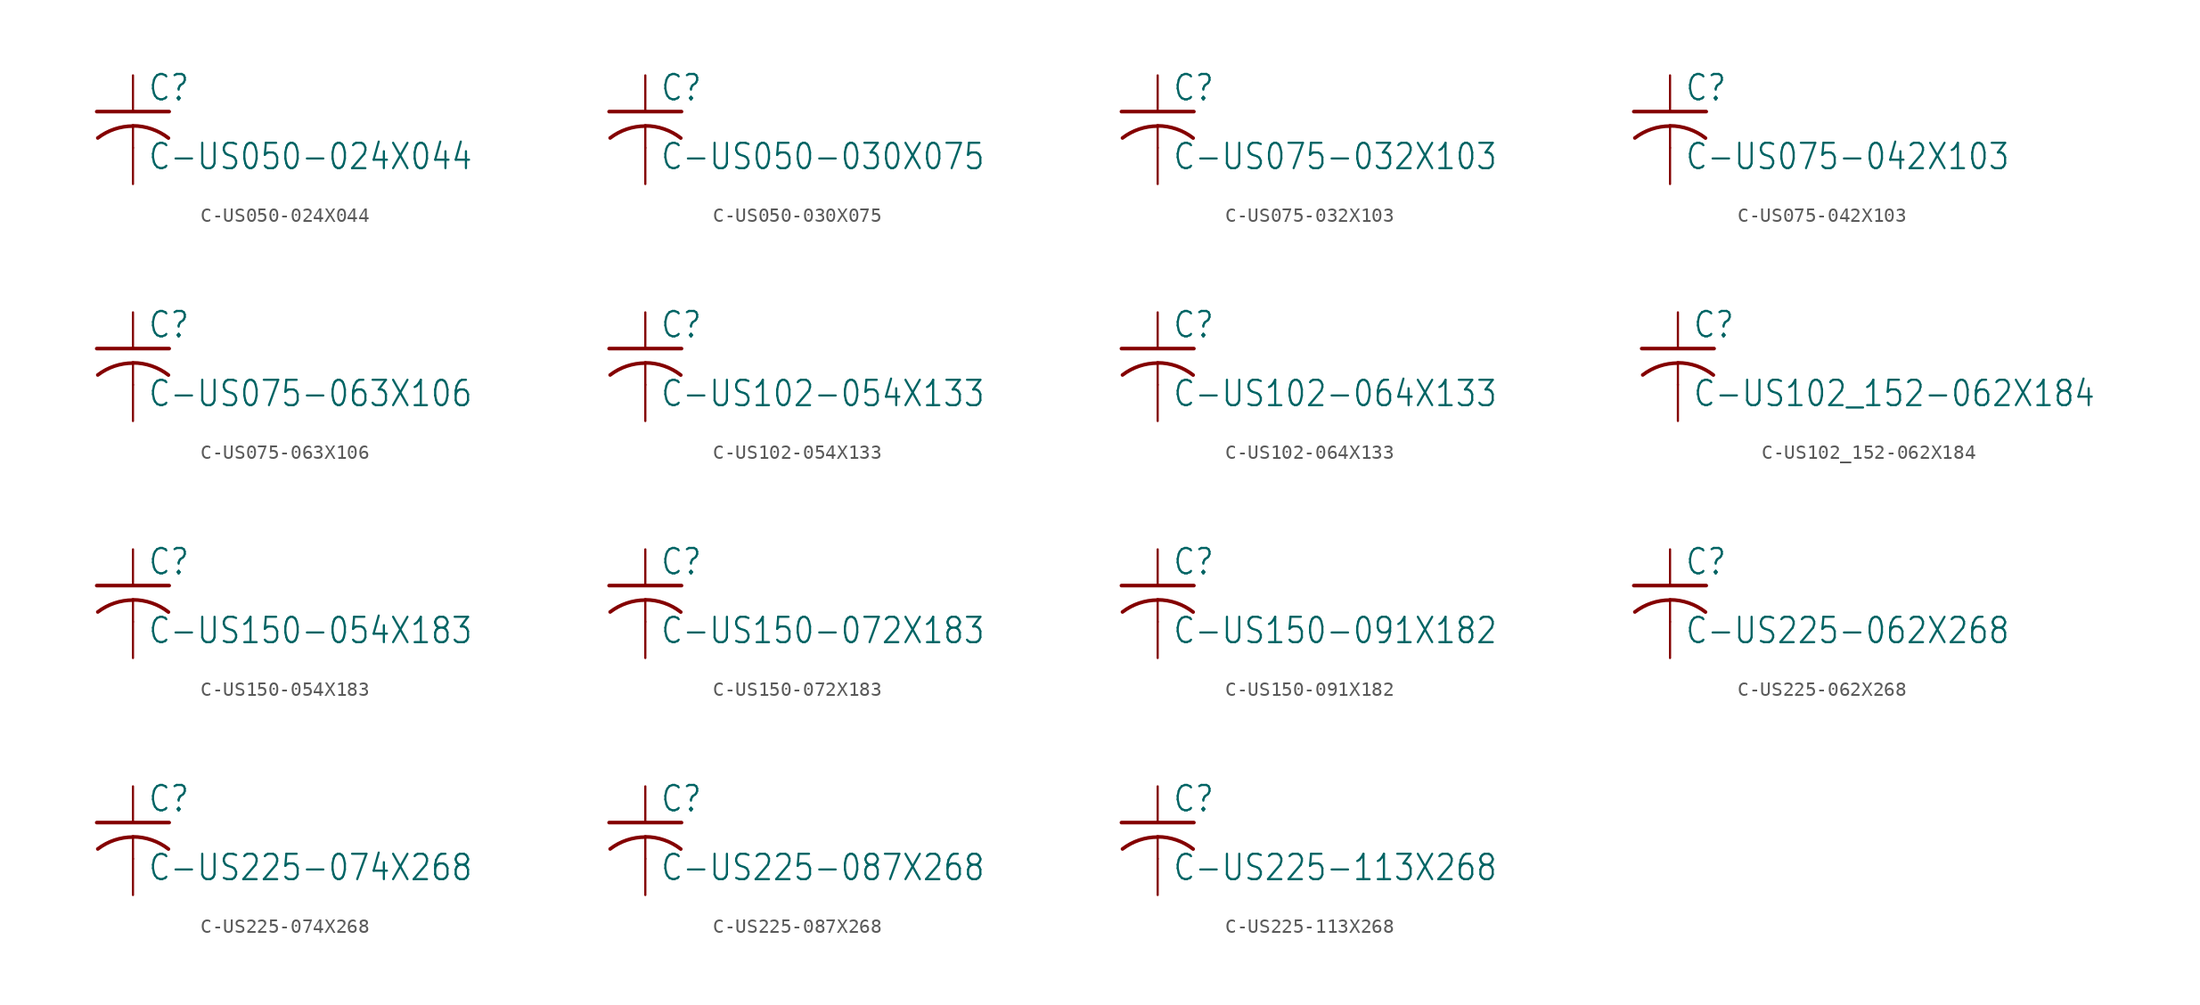
<source format=kicad_sym>
(kicad_symbol_lib
  (version 20211014)
  (generator kicad_symbol_editor)
  (symbol "C-US050-024X044"
    (property "Reference" "C"
      (at 1.016 0.635 0)
      (effects (font (size 1.778 1.511)) (justify left bottom)))
    (property "Value" "C-US050-024X044"
      (at 1.016 -4.191 0)
      (effects (font (size 1.778 1.511)) (justify left bottom)))
    (property "ki_locked" ""
      (at 0 0 0)
      (effects (font (size 1.27 1.27))))
    (symbol "C-US050-024X044_1_0"
      (arc (start 0 -1.0161) (mid -1.302 -1.2303) (end -2.4668 -1.8504) (stroke (width 0.254) (type default) (color 0 0 0 0)) (fill (type none)))
      (polyline (pts (xy -2.54 0) (xy 2.54 0)) (stroke (width 0.254) (type default) (color 0 0 0 0)) (fill (type none)))
      (polyline (pts (xy 0 -1.016) (xy 0 -2.54)) (stroke (width 0.152) (type default) (color 0 0 0 0)) (fill (type none)))
      (arc (start 2.4892 -1.8542) (mid 1.3158 -1.2195) (end 0 -1) (stroke (width 0.254) (type default) (color 0 0 0 0)) (fill (type none)))
      (pin passive line (at 0 2.54 270) (length 2.54) (name "1" (effects (font (size 0 0)))) (number "1" (effects (font (size 0 0)))))
      (pin passive line (at 0 -5.08 90) (length 2.54) (name "2" (effects (font (size 0 0)))) (number "2" (effects (font (size 0 0)))))))
  (symbol "C-US050-030X075"
    (property "Reference" "C"
      (at 1.016 0.635 0)
      (effects (font (size 1.778 1.511)) (justify left bottom)))
    (property "Value" "C-US050-030X075"
      (at 1.016 -4.191 0)
      (effects (font (size 1.778 1.511)) (justify left bottom)))
    (property "ki_locked" ""
      (at 0 0 0)
      (effects (font (size 1.27 1.27))))
    (symbol "C-US050-030X075_1_0"
      (arc (start 0 -1.0161) (mid -1.302 -1.2303) (end -2.4668 -1.8504) (stroke (width 0.254) (type default) (color 0 0 0 0)) (fill (type none)))
      (polyline (pts (xy -2.54 0) (xy 2.54 0)) (stroke (width 0.254) (type default) (color 0 0 0 0)) (fill (type none)))
      (polyline (pts (xy 0 -1.016) (xy 0 -2.54)) (stroke (width 0.152) (type default) (color 0 0 0 0)) (fill (type none)))
      (arc (start 2.4892 -1.8542) (mid 1.3158 -1.2195) (end 0 -1) (stroke (width 0.254) (type default) (color 0 0 0 0)) (fill (type none)))
      (pin passive line (at 0 2.54 270) (length 2.54) (name "1" (effects (font (size 0 0)))) (number "1" (effects (font (size 0 0)))))
      (pin passive line (at 0 -5.08 90) (length 2.54) (name "2" (effects (font (size 0 0)))) (number "2" (effects (font (size 0 0)))))))
  (symbol "C-US075-032X103"
    (property "Reference" "C"
      (at 1.016 0.635 0)
      (effects (font (size 1.778 1.511)) (justify left bottom)))
    (property "Value" "C-US075-032X103"
      (at 1.016 -4.191 0)
      (effects (font (size 1.778 1.511)) (justify left bottom)))
    (property "ki_locked" ""
      (at 0 0 0)
      (effects (font (size 1.27 1.27))))
    (symbol "C-US075-032X103_1_0"
      (arc (start 0 -1.0161) (mid -1.302 -1.2303) (end -2.4668 -1.8504) (stroke (width 0.254) (type default) (color 0 0 0 0)) (fill (type none)))
      (polyline (pts (xy -2.54 0) (xy 2.54 0)) (stroke (width 0.254) (type default) (color 0 0 0 0)) (fill (type none)))
      (polyline (pts (xy 0 -1.016) (xy 0 -2.54)) (stroke (width 0.152) (type default) (color 0 0 0 0)) (fill (type none)))
      (arc (start 2.4892 -1.8542) (mid 1.3158 -1.2195) (end 0 -1) (stroke (width 0.254) (type default) (color 0 0 0 0)) (fill (type none)))
      (pin passive line (at 0 2.54 270) (length 2.54) (name "1" (effects (font (size 0 0)))) (number "1" (effects (font (size 0 0)))))
      (pin passive line (at 0 -5.08 90) (length 2.54) (name "2" (effects (font (size 0 0)))) (number "2" (effects (font (size 0 0)))))))
  (symbol "C-US075-042X103"
    (property "Reference" "C"
      (at 1.016 0.635 0)
      (effects (font (size 1.778 1.511)) (justify left bottom)))
    (property "Value" "C-US075-042X103"
      (at 1.016 -4.191 0)
      (effects (font (size 1.778 1.511)) (justify left bottom)))
    (property "ki_locked" ""
      (at 0 0 0)
      (effects (font (size 1.27 1.27))))
    (symbol "C-US075-042X103_1_0"
      (arc (start 0 -1.0161) (mid -1.302 -1.2303) (end -2.4668 -1.8504) (stroke (width 0.254) (type default) (color 0 0 0 0)) (fill (type none)))
      (polyline (pts (xy -2.54 0) (xy 2.54 0)) (stroke (width 0.254) (type default) (color 0 0 0 0)) (fill (type none)))
      (polyline (pts (xy 0 -1.016) (xy 0 -2.54)) (stroke (width 0.152) (type default) (color 0 0 0 0)) (fill (type none)))
      (arc (start 2.4892 -1.8542) (mid 1.3158 -1.2195) (end 0 -1) (stroke (width 0.254) (type default) (color 0 0 0 0)) (fill (type none)))
      (pin passive line (at 0 2.54 270) (length 2.54) (name "1" (effects (font (size 0 0)))) (number "1" (effects (font (size 0 0)))))
      (pin passive line (at 0 -5.08 90) (length 2.54) (name "2" (effects (font (size 0 0)))) (number "2" (effects (font (size 0 0)))))))
  (symbol "C-US075-063X106"
    (property "Reference" "C"
      (at 1.016 0.635 0)
      (effects (font (size 1.778 1.511)) (justify left bottom)))
    (property "Value" "C-US075-063X106"
      (at 1.016 -4.191 0)
      (effects (font (size 1.778 1.511)) (justify left bottom)))
    (property "ki_locked" ""
      (at 0 0 0)
      (effects (font (size 1.27 1.27))))
    (symbol "C-US075-063X106_1_0"
      (arc (start 0 -1.0161) (mid -1.302 -1.2303) (end -2.4668 -1.8504) (stroke (width 0.254) (type default) (color 0 0 0 0)) (fill (type none)))
      (polyline (pts (xy -2.54 0) (xy 2.54 0)) (stroke (width 0.254) (type default) (color 0 0 0 0)) (fill (type none)))
      (polyline (pts (xy 0 -1.016) (xy 0 -2.54)) (stroke (width 0.152) (type default) (color 0 0 0 0)) (fill (type none)))
      (arc (start 2.4892 -1.8542) (mid 1.3158 -1.2195) (end 0 -1) (stroke (width 0.254) (type default) (color 0 0 0 0)) (fill (type none)))
      (pin passive line (at 0 2.54 270) (length 2.54) (name "1" (effects (font (size 0 0)))) (number "1" (effects (font (size 0 0)))))
      (pin passive line (at 0 -5.08 90) (length 2.54) (name "2" (effects (font (size 0 0)))) (number "2" (effects (font (size 0 0)))))))
  (symbol "C-US102-054X133"
    (property "Reference" "C"
      (at 1.016 0.635 0)
      (effects (font (size 1.778 1.511)) (justify left bottom)))
    (property "Value" "C-US102-054X133"
      (at 1.016 -4.191 0)
      (effects (font (size 1.778 1.511)) (justify left bottom)))
    (property "ki_locked" ""
      (at 0 0 0)
      (effects (font (size 1.27 1.27))))
    (symbol "C-US102-054X133_1_0"
      (arc (start 0 -1.0161) (mid -1.302 -1.2303) (end -2.4668 -1.8504) (stroke (width 0.254) (type default) (color 0 0 0 0)) (fill (type none)))
      (polyline (pts (xy -2.54 0) (xy 2.54 0)) (stroke (width 0.254) (type default) (color 0 0 0 0)) (fill (type none)))
      (polyline (pts (xy 0 -1.016) (xy 0 -2.54)) (stroke (width 0.152) (type default) (color 0 0 0 0)) (fill (type none)))
      (arc (start 2.4892 -1.8542) (mid 1.3158 -1.2195) (end 0 -1) (stroke (width 0.254) (type default) (color 0 0 0 0)) (fill (type none)))
      (pin passive line (at 0 2.54 270) (length 2.54) (name "1" (effects (font (size 0 0)))) (number "1" (effects (font (size 0 0)))))
      (pin passive line (at 0 -5.08 90) (length 2.54) (name "2" (effects (font (size 0 0)))) (number "2" (effects (font (size 0 0)))))))
  (symbol "C-US102-064X133"
    (property "Reference" "C"
      (at 1.016 0.635 0)
      (effects (font (size 1.778 1.511)) (justify left bottom)))
    (property "Value" "C-US102-064X133"
      (at 1.016 -4.191 0)
      (effects (font (size 1.778 1.511)) (justify left bottom)))
    (property "ki_locked" ""
      (at 0 0 0)
      (effects (font (size 1.27 1.27))))
    (symbol "C-US102-064X133_1_0"
      (arc (start 0 -1.0161) (mid -1.302 -1.2303) (end -2.4668 -1.8504) (stroke (width 0.254) (type default) (color 0 0 0 0)) (fill (type none)))
      (polyline (pts (xy -2.54 0) (xy 2.54 0)) (stroke (width 0.254) (type default) (color 0 0 0 0)) (fill (type none)))
      (polyline (pts (xy 0 -1.016) (xy 0 -2.54)) (stroke (width 0.152) (type default) (color 0 0 0 0)) (fill (type none)))
      (arc (start 2.4892 -1.8542) (mid 1.3158 -1.2195) (end 0 -1) (stroke (width 0.254) (type default) (color 0 0 0 0)) (fill (type none)))
      (pin passive line (at 0 2.54 270) (length 2.54) (name "1" (effects (font (size 0 0)))) (number "1" (effects (font (size 0 0)))))
      (pin passive line (at 0 -5.08 90) (length 2.54) (name "2" (effects (font (size 0 0)))) (number "2" (effects (font (size 0 0)))))))
  (symbol "C-US102_152-062X184"
    (property "Reference" "C"
      (at 1.016 0.635 0)
      (effects (font (size 1.778 1.511)) (justify left bottom)))
    (property "Value" "C-US102_152-062X184"
      (at 1.016 -4.191 0)
      (effects (font (size 1.778 1.511)) (justify left bottom)))
    (property "ki_locked" ""
      (at 0 0 0)
      (effects (font (size 1.27 1.27))))
    (symbol "C-US102_152-062X184_1_0"
      (arc (start 0 -1.0161) (mid -1.302 -1.2303) (end -2.4668 -1.8504) (stroke (width 0.254) (type default) (color 0 0 0 0)) (fill (type none)))
      (polyline (pts (xy -2.54 0) (xy 2.54 0)) (stroke (width 0.254) (type default) (color 0 0 0 0)) (fill (type none)))
      (polyline (pts (xy 0 -1.016) (xy 0 -2.54)) (stroke (width 0.152) (type default) (color 0 0 0 0)) (fill (type none)))
      (arc (start 2.4892 -1.8542) (mid 1.3158 -1.2195) (end 0 -1) (stroke (width 0.254) (type default) (color 0 0 0 0)) (fill (type none)))
      (pin passive line (at 0 2.54 270) (length 2.54) (name "1" (effects (font (size 0 0)))) (number "1" (effects (font (size 0 0)))))
      (pin passive line (at 0 -5.08 90) (length 2.54) (name "2" (effects (font (size 0 0)))) (number "2" (effects (font (size 0 0)))))))
  (symbol "C-US150-054X183"
    (property "Reference" "C"
      (at 1.016 0.635 0)
      (effects (font (size 1.778 1.511)) (justify left bottom)))
    (property "Value" "C-US150-054X183"
      (at 1.016 -4.191 0)
      (effects (font (size 1.778 1.511)) (justify left bottom)))
    (property "ki_locked" ""
      (at 0 0 0)
      (effects (font (size 1.27 1.27))))
    (symbol "C-US150-054X183_1_0"
      (arc (start 0 -1.0161) (mid -1.302 -1.2303) (end -2.4668 -1.8504) (stroke (width 0.254) (type default) (color 0 0 0 0)) (fill (type none)))
      (polyline (pts (xy -2.54 0) (xy 2.54 0)) (stroke (width 0.254) (type default) (color 0 0 0 0)) (fill (type none)))
      (polyline (pts (xy 0 -1.016) (xy 0 -2.54)) (stroke (width 0.152) (type default) (color 0 0 0 0)) (fill (type none)))
      (arc (start 2.4892 -1.8542) (mid 1.3158 -1.2195) (end 0 -1) (stroke (width 0.254) (type default) (color 0 0 0 0)) (fill (type none)))
      (pin passive line (at 0 2.54 270) (length 2.54) (name "1" (effects (font (size 0 0)))) (number "1" (effects (font (size 0 0)))))
      (pin passive line (at 0 -5.08 90) (length 2.54) (name "2" (effects (font (size 0 0)))) (number "2" (effects (font (size 0 0)))))))
  (symbol "C-US150-072X183"
    (property "Reference" "C"
      (at 1.016 0.635 0)
      (effects (font (size 1.778 1.511)) (justify left bottom)))
    (property "Value" "C-US150-072X183"
      (at 1.016 -4.191 0)
      (effects (font (size 1.778 1.511)) (justify left bottom)))
    (property "ki_locked" ""
      (at 0 0 0)
      (effects (font (size 1.27 1.27))))
    (symbol "C-US150-072X183_1_0"
      (arc (start 0 -1.0161) (mid -1.302 -1.2303) (end -2.4668 -1.8504) (stroke (width 0.254) (type default) (color 0 0 0 0)) (fill (type none)))
      (polyline (pts (xy -2.54 0) (xy 2.54 0)) (stroke (width 0.254) (type default) (color 0 0 0 0)) (fill (type none)))
      (polyline (pts (xy 0 -1.016) (xy 0 -2.54)) (stroke (width 0.152) (type default) (color 0 0 0 0)) (fill (type none)))
      (arc (start 2.4892 -1.8542) (mid 1.3158 -1.2195) (end 0 -1) (stroke (width 0.254) (type default) (color 0 0 0 0)) (fill (type none)))
      (pin passive line (at 0 2.54 270) (length 2.54) (name "1" (effects (font (size 0 0)))) (number "1" (effects (font (size 0 0)))))
      (pin passive line (at 0 -5.08 90) (length 2.54) (name "2" (effects (font (size 0 0)))) (number "2" (effects (font (size 0 0)))))))
  (symbol "C-US150-091X182"
    (property "Reference" "C"
      (at 1.016 0.635 0)
      (effects (font (size 1.778 1.511)) (justify left bottom)))
    (property "Value" "C-US150-091X182"
      (at 1.016 -4.191 0)
      (effects (font (size 1.778 1.511)) (justify left bottom)))
    (property "ki_locked" ""
      (at 0 0 0)
      (effects (font (size 1.27 1.27))))
    (symbol "C-US150-091X182_1_0"
      (arc (start 0 -1.0161) (mid -1.302 -1.2303) (end -2.4668 -1.8504) (stroke (width 0.254) (type default) (color 0 0 0 0)) (fill (type none)))
      (polyline (pts (xy -2.54 0) (xy 2.54 0)) (stroke (width 0.254) (type default) (color 0 0 0 0)) (fill (type none)))
      (polyline (pts (xy 0 -1.016) (xy 0 -2.54)) (stroke (width 0.152) (type default) (color 0 0 0 0)) (fill (type none)))
      (arc (start 2.4892 -1.8542) (mid 1.3158 -1.2195) (end 0 -1) (stroke (width 0.254) (type default) (color 0 0 0 0)) (fill (type none)))
      (pin passive line (at 0 2.54 270) (length 2.54) (name "1" (effects (font (size 0 0)))) (number "1" (effects (font (size 0 0)))))
      (pin passive line (at 0 -5.08 90) (length 2.54) (name "2" (effects (font (size 0 0)))) (number "2" (effects (font (size 0 0)))))))
  (symbol "C-US225-062X268"
    (property "Reference" "C"
      (at 1.016 0.635 0)
      (effects (font (size 1.778 1.511)) (justify left bottom)))
    (property "Value" "C-US225-062X268"
      (at 1.016 -4.191 0)
      (effects (font (size 1.778 1.511)) (justify left bottom)))
    (property "ki_locked" ""
      (at 0 0 0)
      (effects (font (size 1.27 1.27))))
    (symbol "C-US225-062X268_1_0"
      (arc (start 0 -1.0161) (mid -1.302 -1.2303) (end -2.4668 -1.8504) (stroke (width 0.254) (type default) (color 0 0 0 0)) (fill (type none)))
      (polyline (pts (xy -2.54 0) (xy 2.54 0)) (stroke (width 0.254) (type default) (color 0 0 0 0)) (fill (type none)))
      (polyline (pts (xy 0 -1.016) (xy 0 -2.54)) (stroke (width 0.152) (type default) (color 0 0 0 0)) (fill (type none)))
      (arc (start 2.4892 -1.8542) (mid 1.3158 -1.2195) (end 0 -1) (stroke (width 0.254) (type default) (color 0 0 0 0)) (fill (type none)))
      (pin passive line (at 0 2.54 270) (length 2.54) (name "1" (effects (font (size 0 0)))) (number "1" (effects (font (size 0 0)))))
      (pin passive line (at 0 -5.08 90) (length 2.54) (name "2" (effects (font (size 0 0)))) (number "2" (effects (font (size 0 0)))))))
  (symbol "C-US225-074X268"
    (property "Reference" "C"
      (at 1.016 0.635 0)
      (effects (font (size 1.778 1.511)) (justify left bottom)))
    (property "Value" "C-US225-074X268"
      (at 1.016 -4.191 0)
      (effects (font (size 1.778 1.511)) (justify left bottom)))
    (property "ki_locked" ""
      (at 0 0 0)
      (effects (font (size 1.27 1.27))))
    (symbol "C-US225-074X268_1_0"
      (arc (start 0 -1.0161) (mid -1.302 -1.2303) (end -2.4668 -1.8504) (stroke (width 0.254) (type default) (color 0 0 0 0)) (fill (type none)))
      (polyline (pts (xy -2.54 0) (xy 2.54 0)) (stroke (width 0.254) (type default) (color 0 0 0 0)) (fill (type none)))
      (polyline (pts (xy 0 -1.016) (xy 0 -2.54)) (stroke (width 0.152) (type default) (color 0 0 0 0)) (fill (type none)))
      (arc (start 2.4892 -1.8542) (mid 1.3158 -1.2195) (end 0 -1) (stroke (width 0.254) (type default) (color 0 0 0 0)) (fill (type none)))
      (pin passive line (at 0 2.54 270) (length 2.54) (name "1" (effects (font (size 0 0)))) (number "1" (effects (font (size 0 0)))))
      (pin passive line (at 0 -5.08 90) (length 2.54) (name "2" (effects (font (size 0 0)))) (number "2" (effects (font (size 0 0)))))))
  (symbol "C-US225-087X268"
    (property "Reference" "C"
      (at 1.016 0.635 0)
      (effects (font (size 1.778 1.511)) (justify left bottom)))
    (property "Value" "C-US225-087X268"
      (at 1.016 -4.191 0)
      (effects (font (size 1.778 1.511)) (justify left bottom)))
    (property "ki_locked" ""
      (at 0 0 0)
      (effects (font (size 1.27 1.27))))
    (symbol "C-US225-087X268_1_0"
      (arc (start 0 -1.0161) (mid -1.302 -1.2303) (end -2.4668 -1.8504) (stroke (width 0.254) (type default) (color 0 0 0 0)) (fill (type none)))
      (polyline (pts (xy -2.54 0) (xy 2.54 0)) (stroke (width 0.254) (type default) (color 0 0 0 0)) (fill (type none)))
      (polyline (pts (xy 0 -1.016) (xy 0 -2.54)) (stroke (width 0.152) (type default) (color 0 0 0 0)) (fill (type none)))
      (arc (start 2.4892 -1.8542) (mid 1.3158 -1.2195) (end 0 -1) (stroke (width 0.254) (type default) (color 0 0 0 0)) (fill (type none)))
      (pin passive line (at 0 2.54 270) (length 2.54) (name "1" (effects (font (size 0 0)))) (number "1" (effects (font (size 0 0)))))
      (pin passive line (at 0 -5.08 90) (length 2.54) (name "2" (effects (font (size 0 0)))) (number "2" (effects (font (size 0 0)))))))
  (symbol "C-US225-113X268"
    (property "Reference" "C"
      (at 1.016 0.635 0)
      (effects (font (size 1.778 1.511)) (justify left bottom)))
    (property "Value" "C-US225-113X268"
      (at 1.016 -4.191 0)
      (effects (font (size 1.778 1.511)) (justify left bottom)))
    (property "ki_locked" ""
      (at 0 0 0)
      (effects (font (size 1.27 1.27))))
    (symbol "C-US225-113X268_1_0"
      (arc (start 0 -1.0161) (mid -1.302 -1.2303) (end -2.4668 -1.8504) (stroke (width 0.254) (type default) (color 0 0 0 0)) (fill (type none)))
      (polyline (pts (xy -2.54 0) (xy 2.54 0)) (stroke (width 0.254) (type default) (color 0 0 0 0)) (fill (type none)))
      (polyline (pts (xy 0 -1.016) (xy 0 -2.54)) (stroke (width 0.152) (type default) (color 0 0 0 0)) (fill (type none)))
      (arc (start 2.4892 -1.8542) (mid 1.3158 -1.2195) (end 0 -1) (stroke (width 0.254) (type default) (color 0 0 0 0)) (fill (type none)))
      (pin passive line (at 0 2.54 270) (length 2.54) (name "1" (effects (font (size 0 0)))) (number "1" (effects (font (size 0 0)))))
      (pin passive line (at 0 -5.08 90) (length 2.54) (name "2" (effects (font (size 0 0)))) (number "2" (effects (font (size 0 0))))))))
</source>
